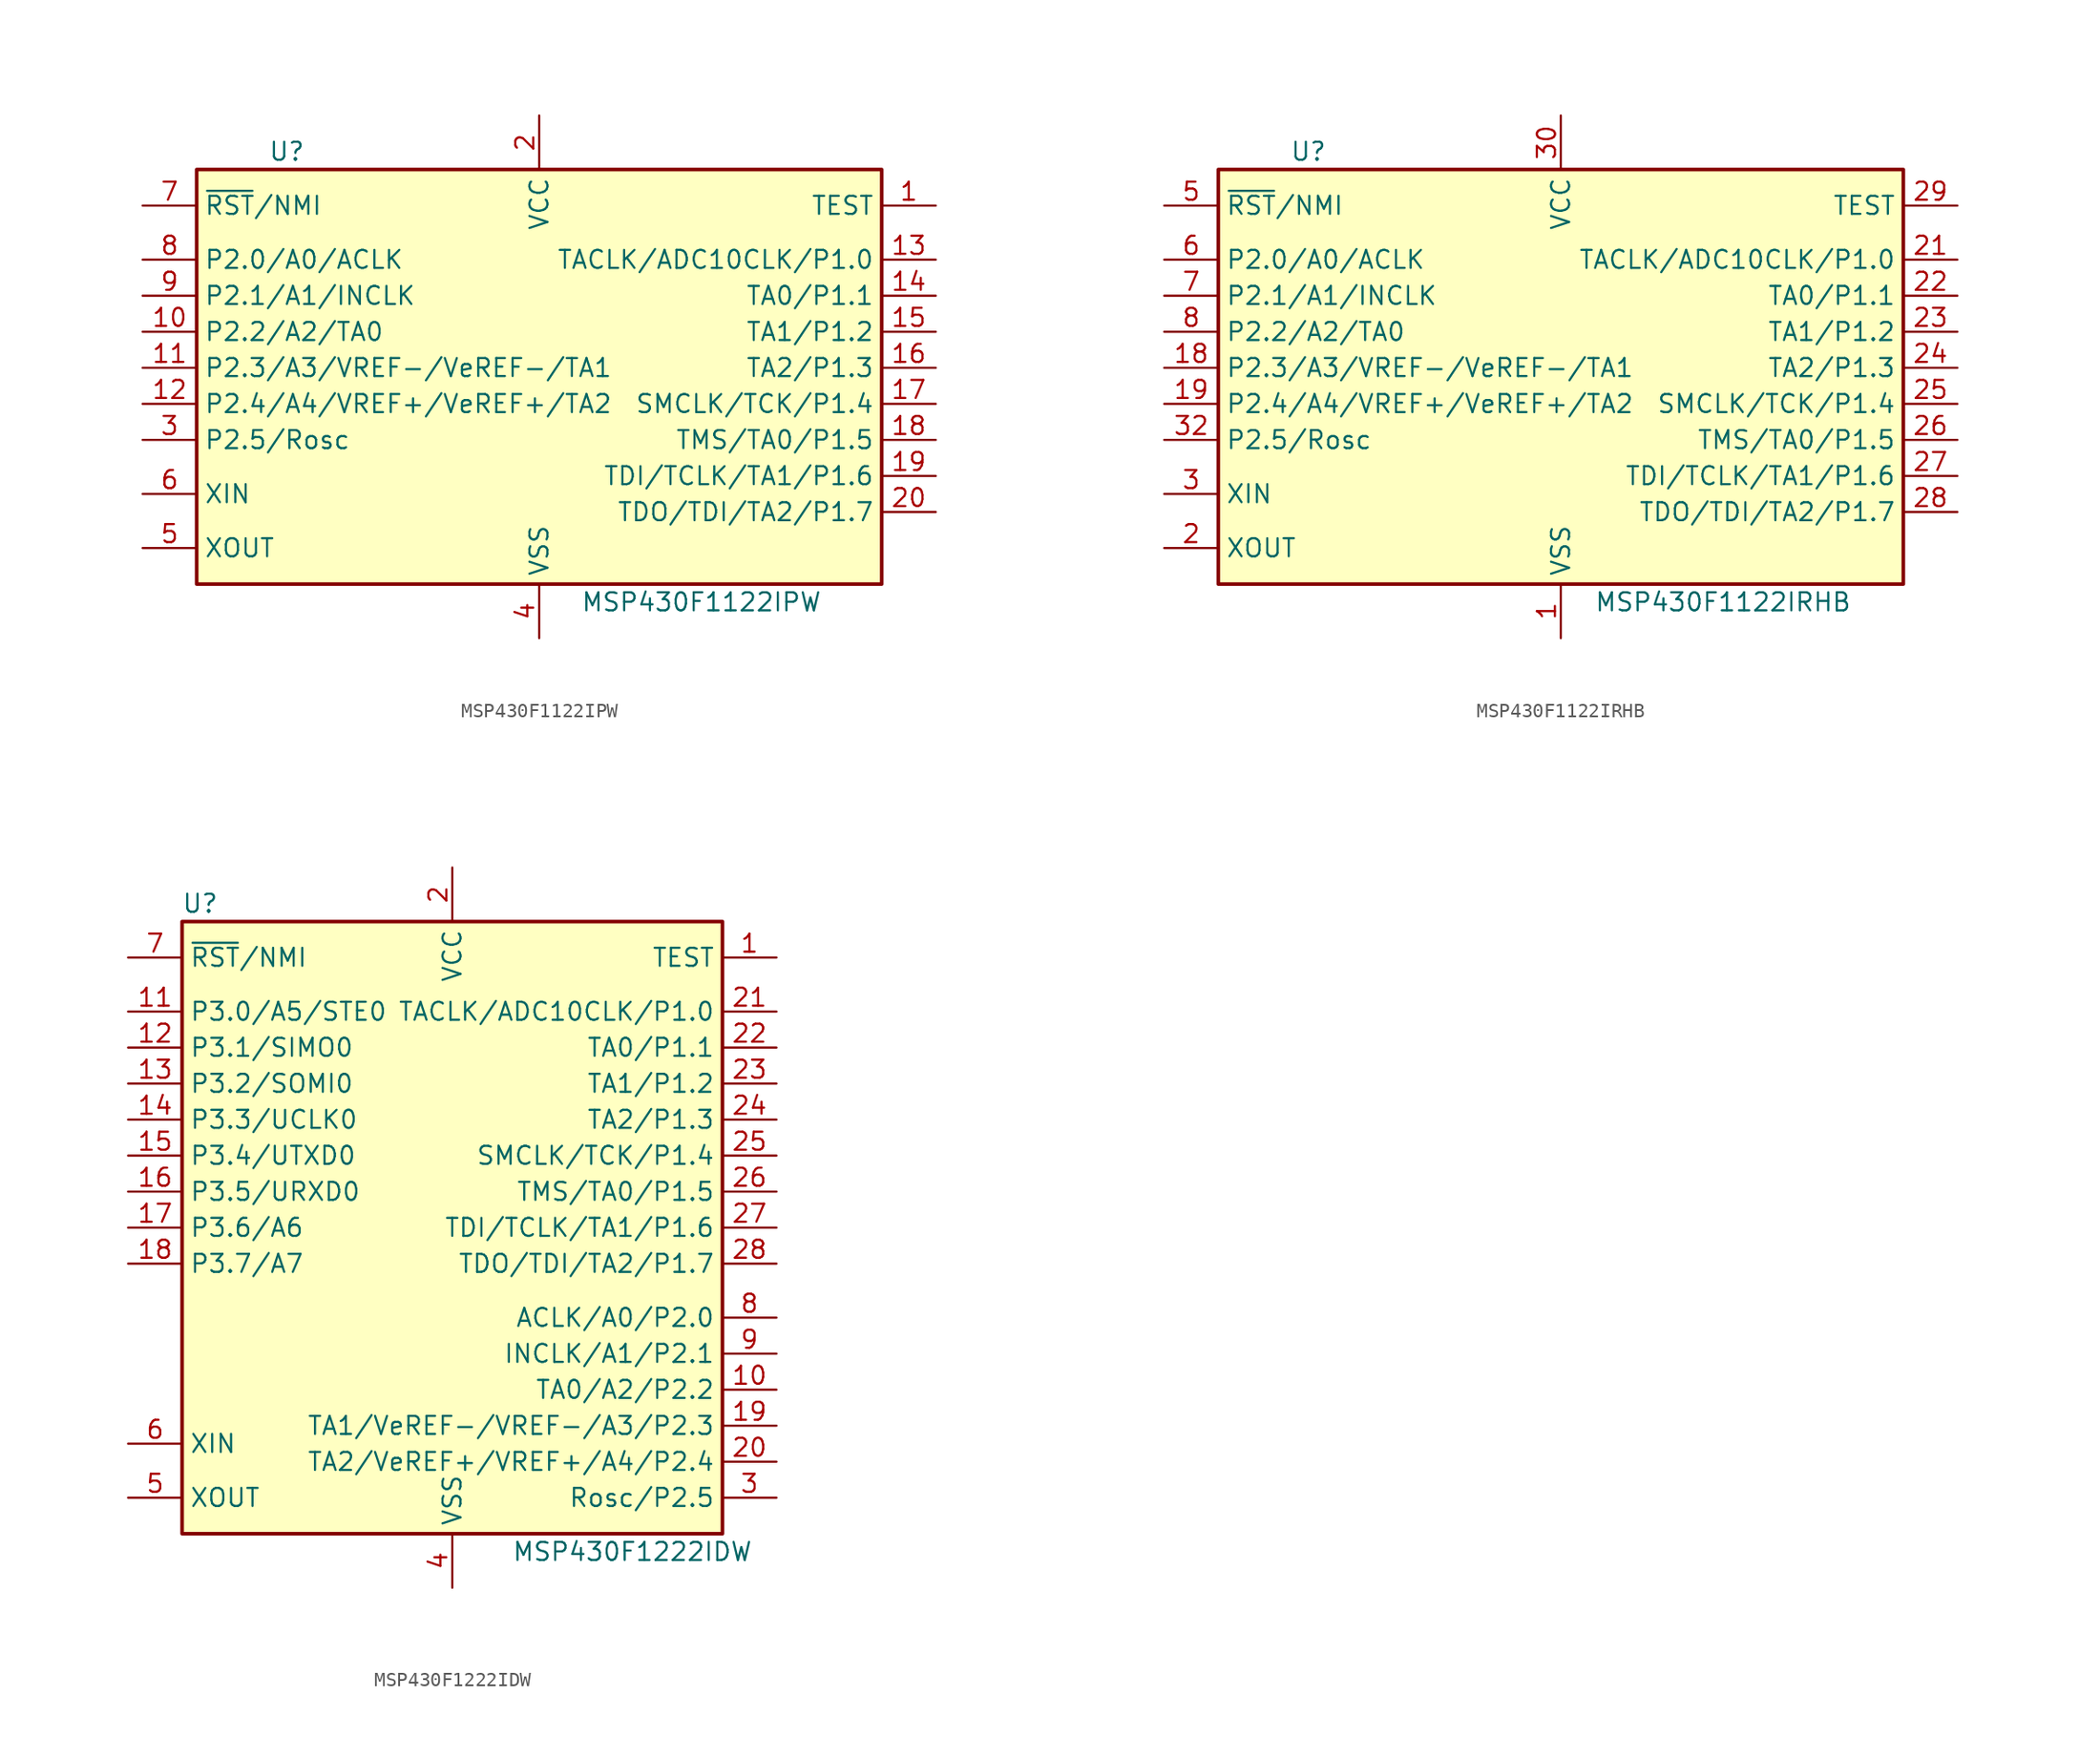
<source format=kicad_sym>
(kicad_symbol_lib
  (version 20201005)
  (generator kicad_symbol_editor)
  (symbol "MCU_Texas_MSP430:MSP430F1122IPW"
    (property "Reference" "U"
      (at -17.78 15.24 0)
      (effects (font (size 1.27 1.27))))
    (property "Value" "MSP430F1122IPW"
      (at 11.43 -16.51 0)
      (effects (font (size 1.27 1.27))))
    (symbol "MSP430F1122IPW_0_1"
      (rectangle (start -24.13 13.97) (end 24.13 -15.24) (stroke (width 0.254)) (fill (type background))))
    (symbol "MSP430F1122IPW_1_1"
      (pin input line (at 27.94 11.43 180) (length 3.81) (name "TEST" (effects (font (size 1.27 1.27)))) (number "1" (effects (font (size 1.27 1.27)))))
      (pin bidirectional line (at -27.94 2.54 0) (length 3.81) (name "P2.2/A2/TA0" (effects (font (size 1.27 1.27)))) (number "10" (effects (font (size 1.27 1.27)))))
      (pin bidirectional line (at -27.94 0 0) (length 3.81) (name "P2.3/A3/VREF-/VeREF-/TA1" (effects (font (size 1.27 1.27)))) (number "11" (effects (font (size 1.27 1.27)))))
      (pin bidirectional line (at -27.94 -2.54 0) (length 3.81) (name "P2.4/A4/VREF+/VeREF+/TA2" (effects (font (size 1.27 1.27)))) (number "12" (effects (font (size 1.27 1.27)))))
      (pin bidirectional line (at 27.94 7.62 180) (length 3.81) (name "TACLK/ADC10CLK/P1.0" (effects (font (size 1.27 1.27)))) (number "13" (effects (font (size 1.27 1.27)))))
      (pin bidirectional line (at 27.94 5.08 180) (length 3.81) (name "TA0/P1.1" (effects (font (size 1.27 1.27)))) (number "14" (effects (font (size 1.27 1.27)))))
      (pin bidirectional line (at 27.94 2.54 180) (length 3.81) (name "TA1/P1.2" (effects (font (size 1.27 1.27)))) (number "15" (effects (font (size 1.27 1.27)))))
      (pin bidirectional line (at 27.94 0 180) (length 3.81) (name "TA2/P1.3" (effects (font (size 1.27 1.27)))) (number "16" (effects (font (size 1.27 1.27)))))
      (pin bidirectional line (at 27.94 -2.54 180) (length 3.81) (name "SMCLK/TCK/P1.4" (effects (font (size 1.27 1.27)))) (number "17" (effects (font (size 1.27 1.27)))))
      (pin bidirectional line (at 27.94 -5.08 180) (length 3.81) (name "TMS/TA0/P1.5" (effects (font (size 1.27 1.27)))) (number "18" (effects (font (size 1.27 1.27)))))
      (pin bidirectional line (at 27.94 -7.62 180) (length 3.81) (name "TDI/TCLK/TA1/P1.6" (effects (font (size 1.27 1.27)))) (number "19" (effects (font (size 1.27 1.27)))))
      (pin power_in line (at 0 17.78 270) (length 3.81) (name "VCC" (effects (font (size 1.27 1.27)))) (number "2" (effects (font (size 1.27 1.27)))))
      (pin bidirectional line (at 27.94 -10.16 180) (length 3.81) (name "TDO/TDI/TA2/P1.7" (effects (font (size 1.27 1.27)))) (number "20" (effects (font (size 1.27 1.27)))))
      (pin bidirectional line (at -27.94 -5.08 0) (length 3.81) (name "P2.5/Rosc" (effects (font (size 1.27 1.27)))) (number "3" (effects (font (size 1.27 1.27)))))
      (pin power_in line (at 0 -19.05 90) (length 3.81) (name "VSS" (effects (font (size 1.27 1.27)))) (number "4" (effects (font (size 1.27 1.27)))))
      (pin output line (at -27.94 -12.7 0) (length 3.81) (name "XOUT" (effects (font (size 1.27 1.27)))) (number "5" (effects (font (size 1.27 1.27)))))
      (pin input line (at -27.94 -8.89 0) (length 3.81) (name "XIN" (effects (font (size 1.27 1.27)))) (number "6" (effects (font (size 1.27 1.27)))))
      (pin input line (at -27.94 11.43 0) (length 3.81) (name "~RST~/NMI" (effects (font (size 1.27 1.27)))) (number "7" (effects (font (size 1.27 1.27)))))
      (pin bidirectional line (at -27.94 7.62 0) (length 3.81) (name "P2.0/A0/ACLK" (effects (font (size 1.27 1.27)))) (number "8" (effects (font (size 1.27 1.27)))))
      (pin bidirectional line (at -27.94 5.08 0) (length 3.81) (name "P2.1/A1/INCLK" (effects (font (size 1.27 1.27)))) (number "9" (effects (font (size 1.27 1.27)))))))
  (symbol "MCU_Texas_MSP430:MSP430F1122IRHB"
    (property "Reference" "U"
      (at -17.78 15.24 0)
      (effects (font (size 1.27 1.27))))
    (property "Value" "MSP430F1122IRHB"
      (at 11.43 -16.51 0)
      (effects (font (size 1.27 1.27))))
    (symbol "MSP430F1122IRHB_0_1"
      (rectangle (start -24.13 13.97) (end 24.13 -15.24) (stroke (width 0.254)) (fill (type background))))
    (symbol "MSP430F1122IRHB_1_1"
      (pin power_in line (at 0 -19.05 90) (length 3.81) (name "VSS" (effects (font (size 1.27 1.27)))) (number "1" (effects (font (size 1.27 1.27)))))
      (pin bidirectional line (at -27.94 0 0) (length 3.81) (name "P2.3/A3/VREF-/VeREF-/TA1" (effects (font (size 1.27 1.27)))) (number "18" (effects (font (size 1.27 1.27)))))
      (pin bidirectional line (at -27.94 -2.54 0) (length 3.81) (name "P2.4/A4/VREF+/VeREF+/TA2" (effects (font (size 1.27 1.27)))) (number "19" (effects (font (size 1.27 1.27)))))
      (pin output line (at -27.94 -12.7 0) (length 3.81) (name "XOUT" (effects (font (size 1.27 1.27)))) (number "2" (effects (font (size 1.27 1.27)))))
      (pin bidirectional line (at 27.94 7.62 180) (length 3.81) (name "TACLK/ADC10CLK/P1.0" (effects (font (size 1.27 1.27)))) (number "21" (effects (font (size 1.27 1.27)))))
      (pin bidirectional line (at 27.94 5.08 180) (length 3.81) (name "TA0/P1.1" (effects (font (size 1.27 1.27)))) (number "22" (effects (font (size 1.27 1.27)))))
      (pin bidirectional line (at 27.94 2.54 180) (length 3.81) (name "TA1/P1.2" (effects (font (size 1.27 1.27)))) (number "23" (effects (font (size 1.27 1.27)))))
      (pin bidirectional line (at 27.94 0 180) (length 3.81) (name "TA2/P1.3" (effects (font (size 1.27 1.27)))) (number "24" (effects (font (size 1.27 1.27)))))
      (pin bidirectional line (at 27.94 -2.54 180) (length 3.81) (name "SMCLK/TCK/P1.4" (effects (font (size 1.27 1.27)))) (number "25" (effects (font (size 1.27 1.27)))))
      (pin bidirectional line (at 27.94 -5.08 180) (length 3.81) (name "TMS/TA0/P1.5" (effects (font (size 1.27 1.27)))) (number "26" (effects (font (size 1.27 1.27)))))
      (pin bidirectional line (at 27.94 -7.62 180) (length 3.81) (name "TDI/TCLK/TA1/P1.6" (effects (font (size 1.27 1.27)))) (number "27" (effects (font (size 1.27 1.27)))))
      (pin bidirectional line (at 27.94 -10.16 180) (length 3.81) (name "TDO/TDI/TA2/P1.7" (effects (font (size 1.27 1.27)))) (number "28" (effects (font (size 1.27 1.27)))))
      (pin input line (at 27.94 11.43 180) (length 3.81) (name "TEST" (effects (font (size 1.27 1.27)))) (number "29" (effects (font (size 1.27 1.27)))))
      (pin input line (at -27.94 -8.89 0) (length 3.81) (name "XIN" (effects (font (size 1.27 1.27)))) (number "3" (effects (font (size 1.27 1.27)))))
      (pin power_in line (at 0 17.78 270) (length 3.81) (name "VCC" (effects (font (size 1.27 1.27)))) (number "30" (effects (font (size 1.27 1.27)))))
      (pin bidirectional line (at -27.94 -5.08 0) (length 3.81) (name "P2.5/Rosc" (effects (font (size 1.27 1.27)))) (number "32" (effects (font (size 1.27 1.27)))))
      (pin input line (at -27.94 11.43 0) (length 3.81) (name "~RST~/NMI" (effects (font (size 1.27 1.27)))) (number "5" (effects (font (size 1.27 1.27)))))
      (pin bidirectional line (at -27.94 7.62 0) (length 3.81) (name "P2.0/A0/ACLK" (effects (font (size 1.27 1.27)))) (number "6" (effects (font (size 1.27 1.27)))))
      (pin bidirectional line (at -27.94 5.08 0) (length 3.81) (name "P2.1/A1/INCLK" (effects (font (size 1.27 1.27)))) (number "7" (effects (font (size 1.27 1.27)))))
      (pin bidirectional line (at -27.94 2.54 0) (length 3.81) (name "P2.2/A2/TA0" (effects (font (size 1.27 1.27)))) (number "8" (effects (font (size 1.27 1.27)))))))
  (symbol "MCU_Texas_MSP430:MSP430F1222IDW"
    (property "Reference" "U"
      (at -17.78 22.86 0)
      (effects (font (size 1.27 1.27))))
    (property "Value" "MSP430F1222IDW"
      (at 12.7 -22.86 0)
      (effects (font (size 1.27 1.27))))
    (symbol "MSP430F1222IDW_0_1"
      (rectangle (start -19.05 21.59) (end 19.05 -21.59) (stroke (width 0.254)) (fill (type background))))
    (symbol "MSP430F1222IDW_1_1"
      (pin input line (at 22.86 19.05 180) (length 3.81) (name "TEST" (effects (font (size 1.27 1.27)))) (number "1" (effects (font (size 1.27 1.27)))))
      (pin bidirectional line (at 22.86 -11.43 180) (length 3.81) (name "TA0/A2/P2.2" (effects (font (size 1.27 1.27)))) (number "10" (effects (font (size 1.27 1.27)))))
      (pin bidirectional line (at -22.86 15.24 0) (length 3.81) (name "P3.0/A5/STE0" (effects (font (size 1.27 1.27)))) (number "11" (effects (font (size 1.27 1.27)))))
      (pin bidirectional line (at -22.86 12.7 0) (length 3.81) (name "P3.1/SIMO0" (effects (font (size 1.27 1.27)))) (number "12" (effects (font (size 1.27 1.27)))))
      (pin bidirectional line (at -22.86 10.16 0) (length 3.81) (name "P3.2/SOMI0" (effects (font (size 1.27 1.27)))) (number "13" (effects (font (size 1.27 1.27)))))
      (pin bidirectional line (at -22.86 7.62 0) (length 3.81) (name "P3.3/UCLK0" (effects (font (size 1.27 1.27)))) (number "14" (effects (font (size 1.27 1.27)))))
      (pin bidirectional line (at -22.86 5.08 0) (length 3.81) (name "P3.4/UTXD0" (effects (font (size 1.27 1.27)))) (number "15" (effects (font (size 1.27 1.27)))))
      (pin bidirectional line (at -22.86 2.54 0) (length 3.81) (name "P3.5/URXD0" (effects (font (size 1.27 1.27)))) (number "16" (effects (font (size 1.27 1.27)))))
      (pin bidirectional line (at -22.86 0 0) (length 3.81) (name "P3.6/A6" (effects (font (size 1.27 1.27)))) (number "17" (effects (font (size 1.27 1.27)))))
      (pin bidirectional line (at -22.86 -2.54 0) (length 3.81) (name "P3.7/A7" (effects (font (size 1.27 1.27)))) (number "18" (effects (font (size 1.27 1.27)))))
      (pin bidirectional line (at 22.86 -13.97 180) (length 3.81) (name "TA1/VeREF-/VREF-/A3/P2.3" (effects (font (size 1.27 1.27)))) (number "19" (effects (font (size 1.27 1.27)))))
      (pin power_in line (at 0 25.4 270) (length 3.81) (name "VCC" (effects (font (size 1.27 1.27)))) (number "2" (effects (font (size 1.27 1.27)))))
      (pin bidirectional line (at 22.86 -16.51 180) (length 3.81) (name "TA2/VeREF+/VREF+/A4/P2.4" (effects (font (size 1.27 1.27)))) (number "20" (effects (font (size 1.27 1.27)))))
      (pin bidirectional line (at 22.86 15.24 180) (length 3.81) (name "TACLK/ADC10CLK/P1.0" (effects (font (size 1.27 1.27)))) (number "21" (effects (font (size 1.27 1.27)))))
      (pin bidirectional line (at 22.86 12.7 180) (length 3.81) (name "TA0/P1.1" (effects (font (size 1.27 1.27)))) (number "22" (effects (font (size 1.27 1.27)))))
      (pin bidirectional line (at 22.86 10.16 180) (length 3.81) (name "TA1/P1.2" (effects (font (size 1.27 1.27)))) (number "23" (effects (font (size 1.27 1.27)))))
      (pin bidirectional line (at 22.86 7.62 180) (length 3.81) (name "TA2/P1.3" (effects (font (size 1.27 1.27)))) (number "24" (effects (font (size 1.27 1.27)))))
      (pin bidirectional line (at 22.86 5.08 180) (length 3.81) (name "SMCLK/TCK/P1.4" (effects (font (size 1.27 1.27)))) (number "25" (effects (font (size 1.27 1.27)))))
      (pin bidirectional line (at 22.86 2.54 180) (length 3.81) (name "TMS/TA0/P1.5" (effects (font (size 1.27 1.27)))) (number "26" (effects (font (size 1.27 1.27)))))
      (pin bidirectional line (at 22.86 0 180) (length 3.81) (name "TDI/TCLK/TA1/P1.6" (effects (font (size 1.27 1.27)))) (number "27" (effects (font (size 1.27 1.27)))))
      (pin bidirectional line (at 22.86 -2.54 180) (length 3.81) (name "TDO/TDI/TA2/P1.7" (effects (font (size 1.27 1.27)))) (number "28" (effects (font (size 1.27 1.27)))))
      (pin bidirectional line (at 22.86 -19.05 180) (length 3.81) (name "Rosc/P2.5" (effects (font (size 1.27 1.27)))) (number "3" (effects (font (size 1.27 1.27)))))
      (pin power_in line (at 0 -25.4 90) (length 3.81) (name "VSS" (effects (font (size 1.27 1.27)))) (number "4" (effects (font (size 1.27 1.27)))))
      (pin output line (at -22.86 -19.05 0) (length 3.81) (name "XOUT" (effects (font (size 1.27 1.27)))) (number "5" (effects (font (size 1.27 1.27)))))
      (pin input line (at -22.86 -15.24 0) (length 3.81) (name "XIN" (effects (font (size 1.27 1.27)))) (number "6" (effects (font (size 1.27 1.27)))))
      (pin input line (at -22.86 19.05 0) (length 3.81) (name "~RST~/NMI" (effects (font (size 1.27 1.27)))) (number "7" (effects (font (size 1.27 1.27)))))
      (pin bidirectional line (at 22.86 -6.35 180) (length 3.81) (name "ACLK/A0/P2.0" (effects (font (size 1.27 1.27)))) (number "8" (effects (font (size 1.27 1.27)))))
      (pin bidirectional line (at 22.86 -8.89 180) (length 3.81) (name "INCLK/A1/P2.1" (effects (font (size 1.27 1.27)))) (number "9" (effects (font (size 1.27 1.27))))))))
</source>
